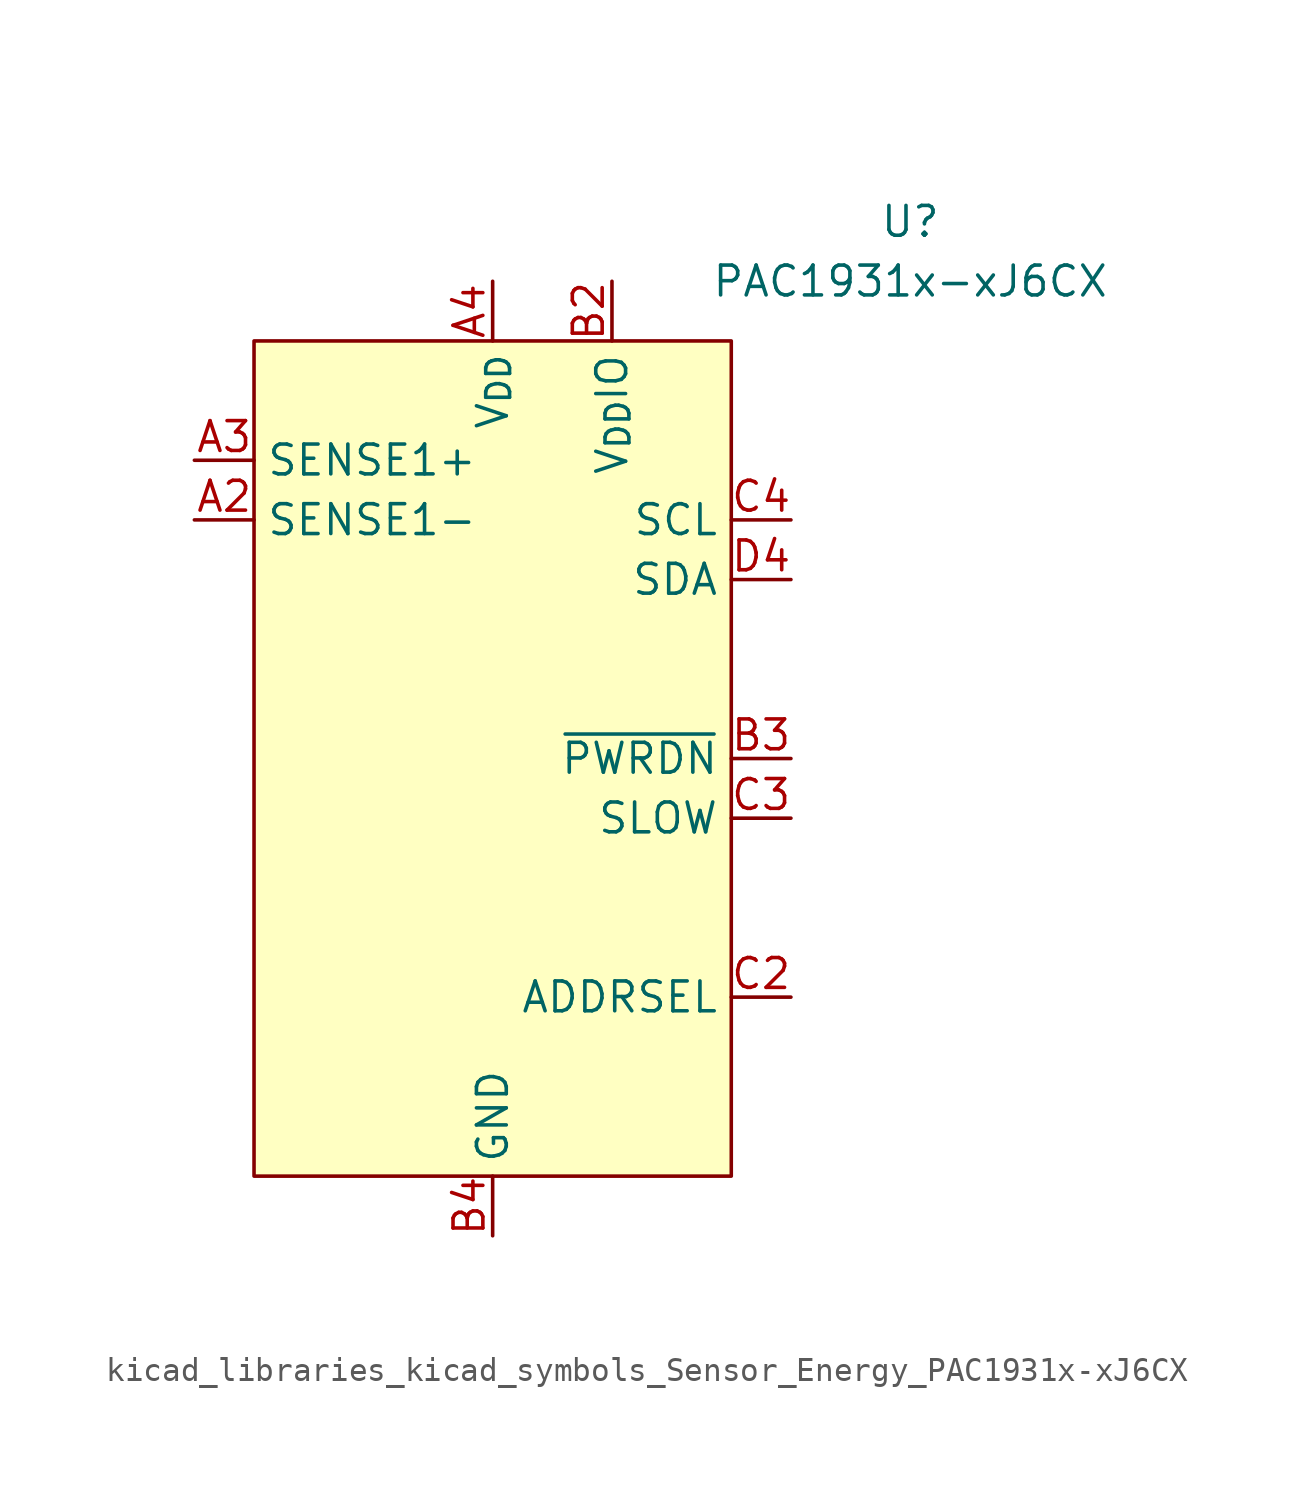
<source format=kicad_sym>
(kicad_symbol_lib
  (version 20220914)
  (generator kicad_symbol_editor)
  (symbol "kicad_libraries_kicad_symbols_Sensor_Energy_PAC1931x-xJ6CX"
    (property "Reference" "U"
      (at 17.78 22.86 0)
      (effects (font (size 1.27 1.27))))
    (property "Value" "PAC1931x-xJ6CX"
      (at 17.78 20.32 0)
      (effects (font (size 1.27 1.27))))
    (symbol "kicad_libraries_kicad_symbols_Sensor_Energy_PAC1931x-xJ6CX_0_0"
      (pin passive line (at 0 -20.32 90) (length 2.54) hide (name "GND" (effects (font (size 1.27 1.27)))) (number "A1" (effects (font (size 1.27 1.27)))))
      (pin input line (at -12.7 10.16 0) (length 2.54) (name "SENSE1-" (effects (font (size 1.27 1.27)))) (number "A2" (effects (font (size 1.27 1.27)))))
      (pin input line (at -12.7 12.7 0) (length 2.54) (name "SENSE1+" (effects (font (size 1.27 1.27)))) (number "A3" (effects (font (size 1.27 1.27)))))
      (pin power_in line (at 0 20.32 270) (length 2.54) (name "V_{DD}" (effects (font (size 1.27 1.27)))) (number "A4" (effects (font (size 1.27 1.27)))))
      (pin passive line (at 0 -20.32 90) (length 2.54) hide (name "GND" (effects (font (size 1.27 1.27)))) (number "B1" (effects (font (size 1.27 1.27)))))
      (pin input line (at 5.08 20.32 270) (length 2.54) (name "V_{DD}IO" (effects (font (size 1.27 1.27)))) (number "B2" (effects (font (size 1.27 1.27)))))
      (pin input line (at 12.7 0 180) (length 2.54) (name "~{PWRDN}" (effects (font (size 1.27 1.27)))) (number "B3" (effects (font (size 1.27 1.27)))))
      (pin power_in line (at 0 -20.32 90) (length 2.54) (name "GND" (effects (font (size 1.27 1.27)))) (number "B4" (effects (font (size 1.27 1.27)))))
      (pin passive line (at 0 -20.32 90) (length 2.54) hide (name "GND" (effects (font (size 1.27 1.27)))) (number "C1" (effects (font (size 1.27 1.27)))))
      (pin passive line (at 12.7 -10.16 180) (length 2.54) (name "ADDRSEL" (effects (font (size 1.27 1.27)))) (number "C2" (effects (font (size 1.27 1.27)))))
      (pin input line (at 12.7 -2.54 180) (length 2.54) (name "SLOW" (effects (font (size 1.27 1.27)))) (number "C3" (effects (font (size 1.27 1.27)))) (alternate "~{ALERT1}" open_collector line))
      (pin input line (at 12.7 10.16 180) (length 2.54) (name "SCL" (effects (font (size 1.27 1.27)))) (number "C4" (effects (font (size 1.27 1.27)))) (alternate "SM_CLK" input line))
      (pin passive line (at 0 -20.32 90) (length 2.54) hide (name "GND" (effects (font (size 1.27 1.27)))) (number "D1" (effects (font (size 1.27 1.27)))))
      (pin passive line (at 0 -20.32 90) (length 2.54) hide (name "GND" (effects (font (size 1.27 1.27)))) (number "D2" (effects (font (size 1.27 1.27)))))
      (pin passive line (at 0 -20.32 90) (length 2.54) hide (name "GND" (effects (font (size 1.27 1.27)))) (number "D3" (effects (font (size 1.27 1.27)))))
      (pin bidirectional line (at 12.7 7.62 180) (length 2.54) (name "SDA" (effects (font (size 1.27 1.27)))) (number "D4" (effects (font (size 1.27 1.27)))) (alternate "SM_DATA" bidirectional line)))
    (symbol "kicad_libraries_kicad_symbols_Sensor_Energy_PAC1931x-xJ6CX_0_1"
      (rectangle (start -10.16 17.78) (end 10.16 -17.78) (stroke (width 0) (type default)) (fill (type background))))))
</source>
